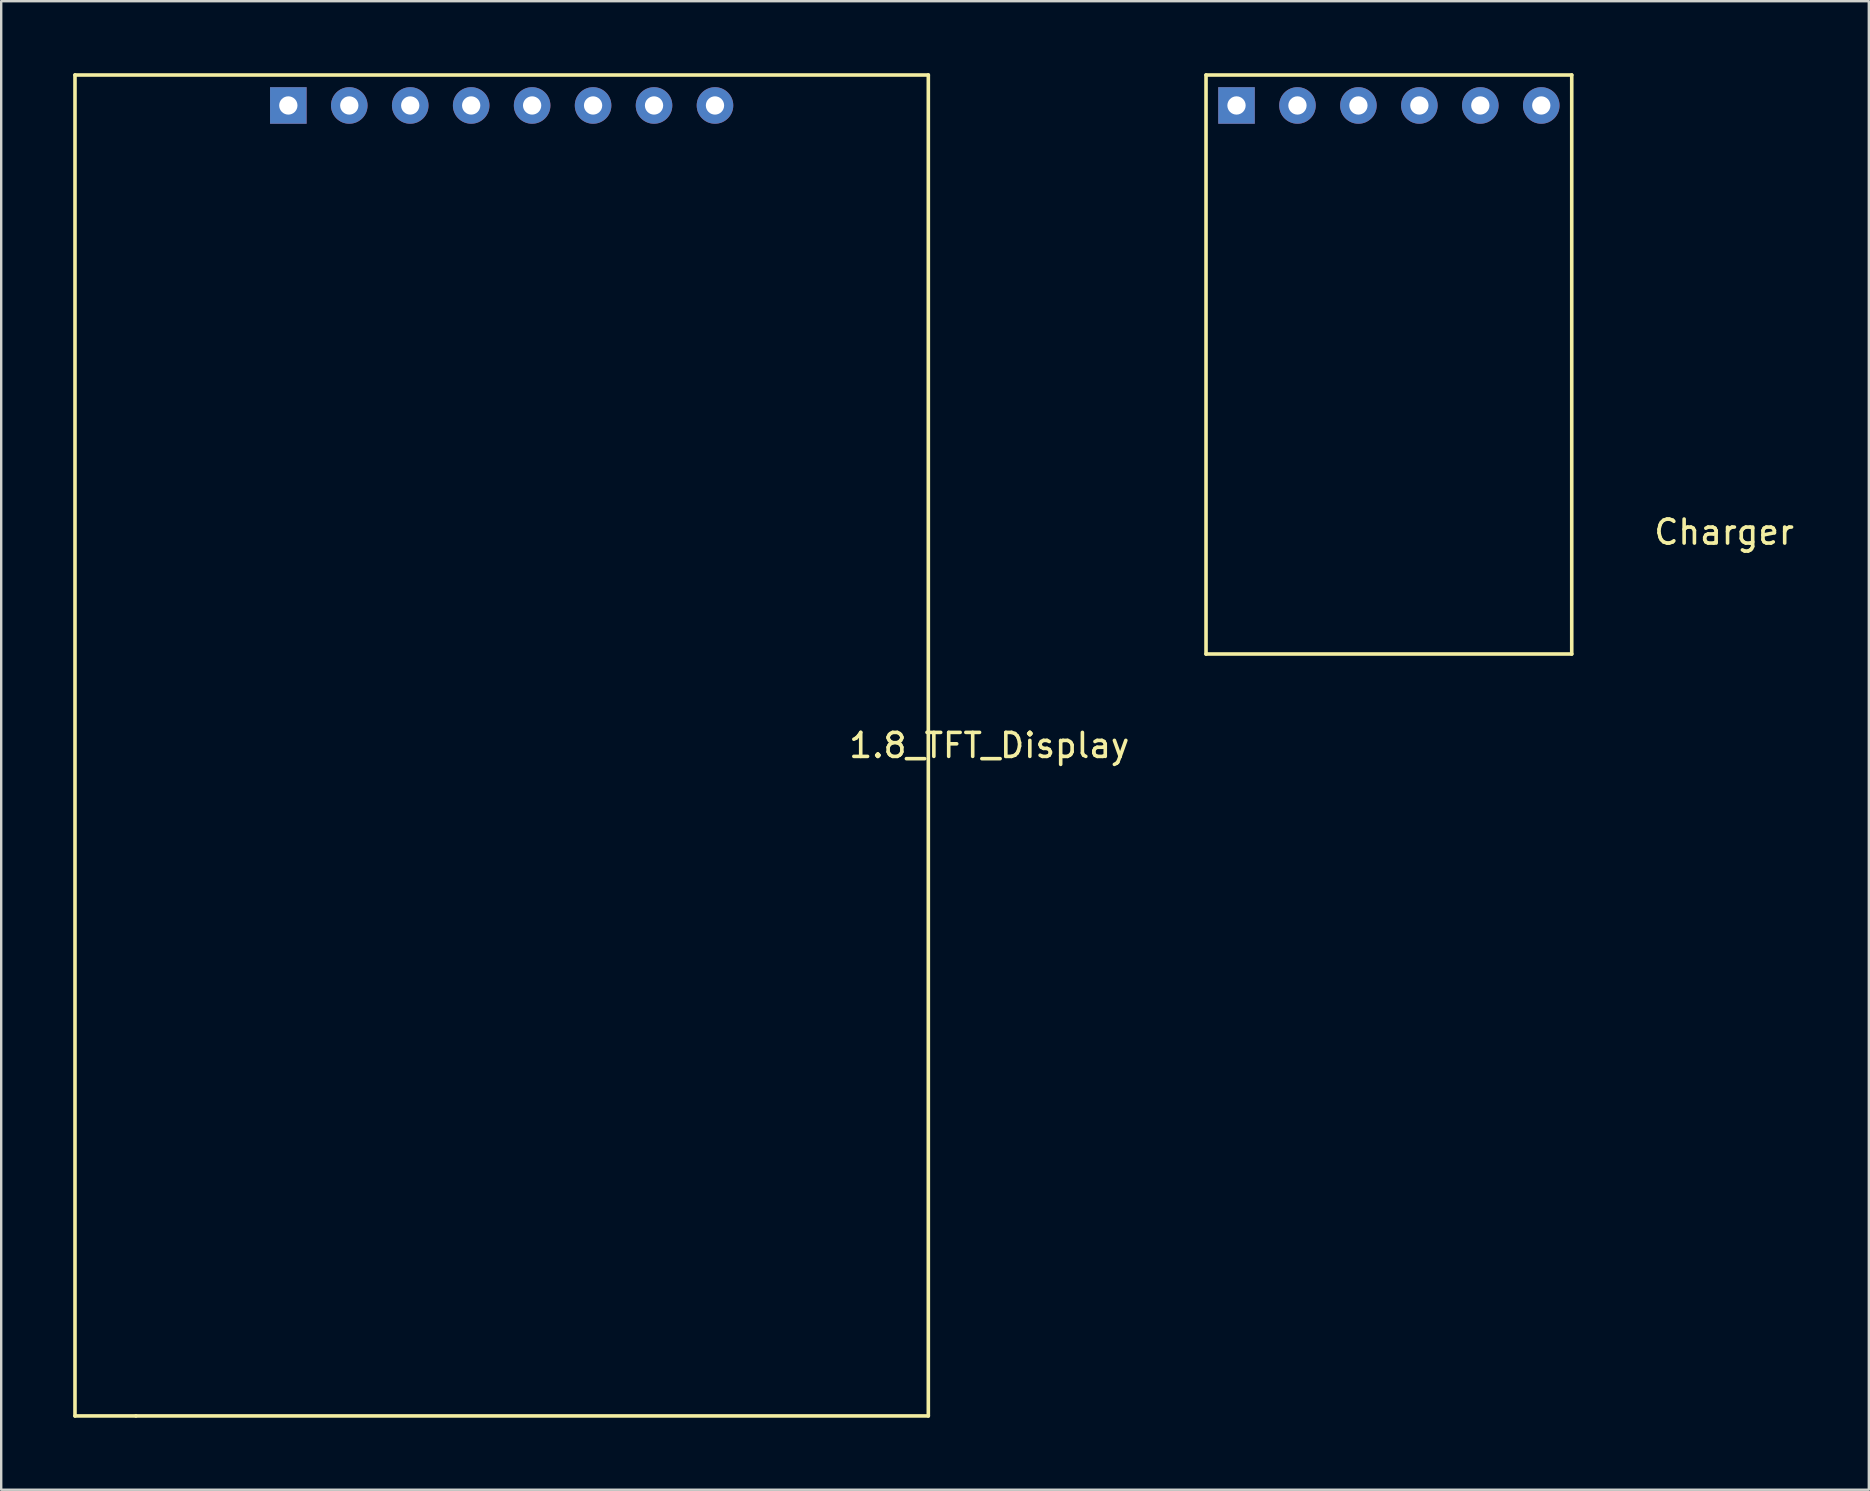
<source format=kicad_pcb>
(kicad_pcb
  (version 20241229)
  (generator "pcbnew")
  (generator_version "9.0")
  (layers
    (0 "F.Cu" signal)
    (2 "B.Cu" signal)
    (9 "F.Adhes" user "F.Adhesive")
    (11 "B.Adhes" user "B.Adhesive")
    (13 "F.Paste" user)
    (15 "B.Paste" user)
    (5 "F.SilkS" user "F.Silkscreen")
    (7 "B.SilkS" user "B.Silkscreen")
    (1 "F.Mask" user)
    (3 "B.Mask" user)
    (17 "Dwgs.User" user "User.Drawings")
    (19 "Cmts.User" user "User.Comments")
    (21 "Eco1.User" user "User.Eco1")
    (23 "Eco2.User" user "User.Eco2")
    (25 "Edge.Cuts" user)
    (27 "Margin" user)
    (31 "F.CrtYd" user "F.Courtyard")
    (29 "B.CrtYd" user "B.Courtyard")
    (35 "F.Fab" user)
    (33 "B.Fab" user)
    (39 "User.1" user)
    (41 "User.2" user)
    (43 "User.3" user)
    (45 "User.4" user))
  (footprint "Charger"
    (layer "F.Cu")
    (at 48.478 1.345)
    (property "Reference" "Charger" (at 20.32 17.78 0) (layer "F.SilkS") (effects (font (size 1 1) (thickness 0.15))))
    (attr through_hole)
    (fp_line (start -1.27 -1.27) (end 13.97 -1.27) (stroke (width 0.15) (type solid)) (layer "F.SilkS"))
    (fp_line (start -1.27 22.86) (end -1.27 -1.27) (stroke (width 0.15) (type solid)) (layer "F.SilkS"))
    (fp_line (start 13.97 -1.27) (end 13.97 22.86) (stroke (width 0.15) (type solid)) (layer "F.SilkS"))
    (fp_line (start 13.97 22.86) (end -1.27 22.86) (stroke (width 0.15) (type solid)) (layer "F.SilkS"))
    (pad "1" thru_hole rect (at 0 0) (size 1.524 1.524) (drill 0.762) (layers "*.Cu" "*.Mask"))
    (pad "2" thru_hole circle (at 2.54 0) (size 1.524 1.524) (drill 0.762) (layers "*.Cu" "*.Mask"))
    (pad "3" thru_hole circle (at 5.08 0) (size 1.524 1.524) (drill 0.762) (layers "*.Cu" "*.Mask"))
    (pad "4" thru_hole circle (at 7.62 0) (size 1.524 1.524) (drill 0.762) (layers "*.Cu" "*.Mask"))
    (pad "5" thru_hole circle (at 10.16 0) (size 1.524 1.524) (drill 0.762) (layers "*.Cu" "*.Mask"))
    (pad "6" thru_hole circle (at 12.7 0) (size 1.524 1.524) (drill 0.762) (layers "*.Cu" "*.Mask")))
  (footprint "1.8_TFT_Display"
    (layer "F.Cu")
    (at 8.965 1.345)
    (property "Reference" "1.8_TFT_Display" (at 29.21 26.67 0) (layer "F.SilkS") (effects (font (size 1 1) (thickness 0.15))))
    (attr through_hole)
    (fp_line (start -8.89 -1.27) (end 26.67 -1.27) (stroke (width 0.15) (type solid)) (layer "F.SilkS"))
    (fp_line (start -8.89 54.61) (end -8.89 -1.27) (stroke (width 0.15) (type solid)) (layer "F.SilkS"))
    (fp_line (start -6.35 54.61) (end -8.89 54.61) (stroke (width 0.15) (type solid)) (layer "F.SilkS"))
    (fp_line (start 26.67 -1.27) (end 26.67 54.61) (stroke (width 0.15) (type solid)) (layer "F.SilkS"))
    (fp_line (start 26.67 54.61) (end -6.35 54.61) (stroke (width 0.15) (type solid)) (layer "F.SilkS"))
    (pad "1" thru_hole rect (at 0 0) (size 1.524 1.524) (drill 0.762) (layers "*.Cu" "*.Mask"))
    (pad "2" thru_hole circle (at 2.54 0) (size 1.524 1.524) (drill 0.762) (layers "*.Cu" "*.Mask"))
    (pad "3" thru_hole circle (at 5.08 0) (size 1.524 1.524) (drill 0.762) (layers "*.Cu" "*.Mask"))
    (pad "4" thru_hole circle (at 7.62 0) (size 1.524 1.524) (drill 0.762) (layers "*.Cu" "*.Mask"))
    (pad "5" thru_hole circle (at 10.16 0) (size 1.524 1.524) (drill 0.762) (layers "*.Cu" "*.Mask"))
    (pad "6" thru_hole circle (at 12.7 0) (size 1.524 1.524) (drill 0.762) (layers "*.Cu" "*.Mask"))
    (pad "7" thru_hole circle (at 15.24 0) (size 1.524 1.524) (drill 0.762) (layers "*.Cu" "*.Mask"))
    (pad "8" thru_hole circle (at 17.78 0) (size 1.524 1.524) (drill 0.762) (layers "*.Cu" "*.Mask")))
  (gr_rect
    (start -3 -3)
    (end 74.828 59.03)
    (stroke (width 0.1) (type default))
    (fill no)
    (layer "Edge.Cuts")))
</source>
